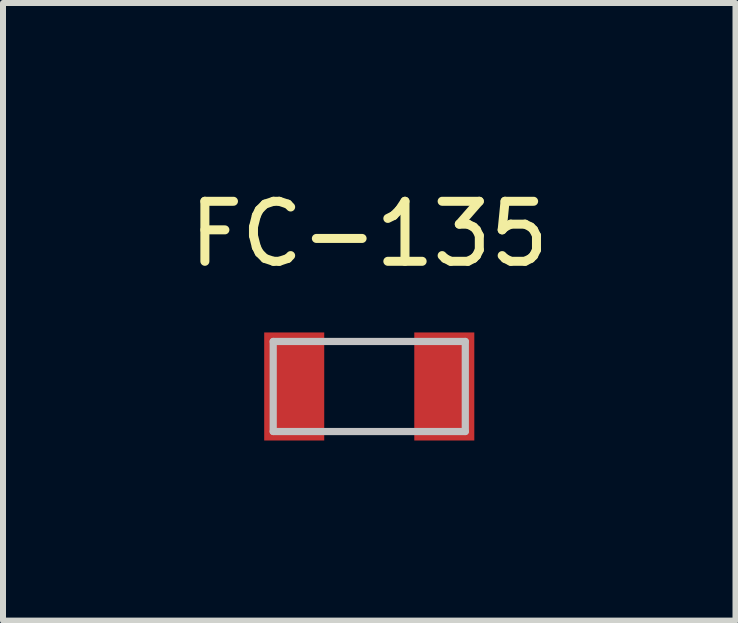
<source format=kicad_pcb>
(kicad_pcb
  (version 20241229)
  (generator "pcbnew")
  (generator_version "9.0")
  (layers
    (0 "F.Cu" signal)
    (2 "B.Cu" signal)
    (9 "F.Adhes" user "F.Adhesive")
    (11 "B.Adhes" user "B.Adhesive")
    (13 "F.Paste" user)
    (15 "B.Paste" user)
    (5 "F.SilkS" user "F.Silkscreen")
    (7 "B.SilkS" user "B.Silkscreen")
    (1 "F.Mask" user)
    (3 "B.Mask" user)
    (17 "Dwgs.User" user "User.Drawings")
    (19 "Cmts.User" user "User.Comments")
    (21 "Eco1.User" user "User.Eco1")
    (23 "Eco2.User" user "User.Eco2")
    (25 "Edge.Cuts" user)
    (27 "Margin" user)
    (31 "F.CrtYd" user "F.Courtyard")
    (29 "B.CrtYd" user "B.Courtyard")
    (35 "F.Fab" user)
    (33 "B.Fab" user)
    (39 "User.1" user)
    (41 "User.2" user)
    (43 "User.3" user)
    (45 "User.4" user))
  (footprint "FC-135"
    (layer "F.Cu")
    (at 3.101 3.388)
    (property "Reference" "FC-135" (at 0 -2.54 0) (layer "F.SilkS") (effects (font (size 1 1) (thickness 0.15))))
    (attr through_hole)
    (fp_line (start -1.6 -0.75) (end 1.6 -0.75) (stroke (width 0.12) (type solid)) (layer "Dwgs.User"))
    (fp_line (start -1.6 0.75) (end -1.6 -0.75) (stroke (width 0.12) (type solid)) (layer "Dwgs.User"))
    (fp_line (start 1.6 -0.75) (end 1.6 0.75) (stroke (width 0.12) (type solid)) (layer "Dwgs.User"))
    (fp_line (start 1.6 0.75) (end -1.6 0.75) (stroke (width 0.12) (type solid)) (layer "Dwgs.User"))
    (pad "1" smd rect (at -1.25 0) (size 1 1.8) (layers "F.Cu" "F.Mask" "F.Paste"))
    (pad "2" smd rect (at 1.25 0) (size 1 1.8) (layers "F.Cu" "F.Mask" "F.Paste")))
  (gr_rect
    (start -3 -3)
    (end 9.202 7.288)
    (stroke (width 0.1) (type default))
    (fill no)
    (layer "Edge.Cuts")))
</source>
